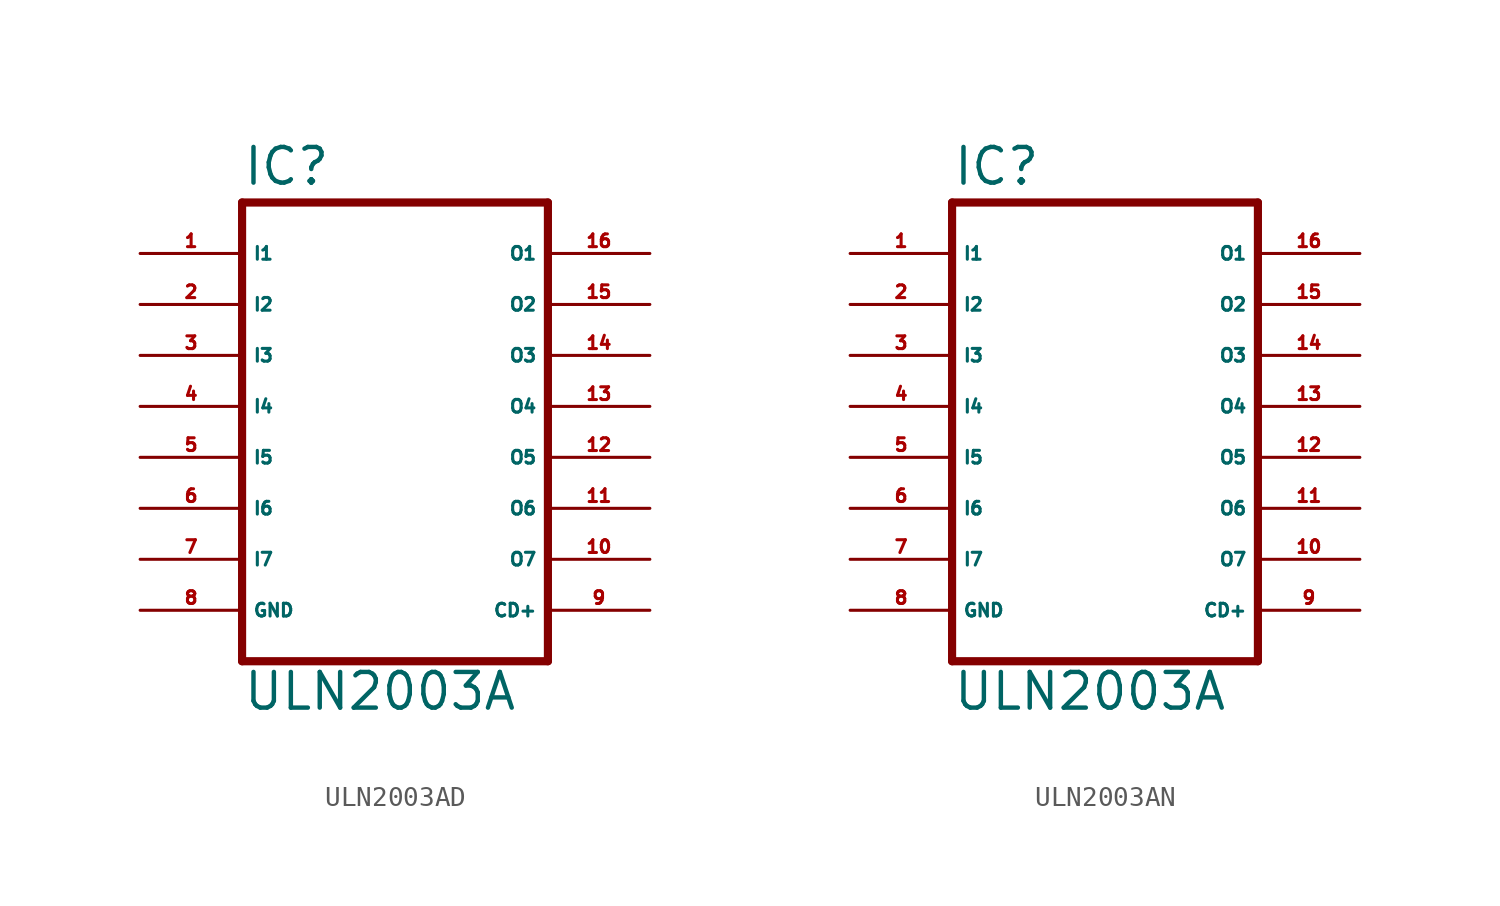
<source format=kicad_sym>
(kicad_symbol_lib
  (version 20220914)
  (generator Eagle2Kicad)
  (symbol "ULN2003AD"
    (property "Reference" "IC"
      (at -7.62 10.922 0)
      (effects (font (size 1.778 1.778) (thickness 0.22)) (justify left bottom)))
    (property "Value" "ULN2003A"
      (at -7.62 -15.24 0)
      (effects (font (size 1.778 1.778) (thickness 0.22)) (justify left bottom)))
    (polyline
      (pts (xy -7.62 10.16) (xy 7.62 10.16))
      (stroke (width 0.406) (type default))
      (fill (type none)))
    (polyline
      (pts (xy 7.62 -12.7) (xy 7.62 10.16))
      (stroke (width 0.406) (type default))
      (fill (type none)))
    (polyline
      (pts (xy 7.62 -12.7) (xy -7.62 -12.7))
      (stroke (width 0.406) (type default))
      (fill (type none)))
    (polyline
      (pts (xy -7.62 10.16) (xy -7.62 -12.7))
      (stroke (width 0.406) (type default))
      (fill (type none)))
    (pin input line
      (at -12.7 7.62 0)
      (length 5.08)
      (name "I1" (effects (font (size 0.635 0.635) (thickness 0.08)) (justify left bottom)))
      (number "1" (effects (font (size 0.635 0.635) (thickness 0.08)) (justify left bottom))))
    (pin input line
      (at -12.7 5.08 0)
      (length 5.08)
      (name "I2" (effects (font (size 0.635 0.635) (thickness 0.08)) (justify left bottom)))
      (number "2" (effects (font (size 0.635 0.635) (thickness 0.08)) (justify left bottom))))
    (pin input line
      (at -12.7 2.54 0)
      (length 5.08)
      (name "I3" (effects (font (size 0.635 0.635) (thickness 0.08)) (justify left bottom)))
      (number "3" (effects (font (size 0.635 0.635) (thickness 0.08)) (justify left bottom))))
    (pin input line
      (at -12.7 0 0)
      (length 5.08)
      (name "I4" (effects (font (size 0.635 0.635) (thickness 0.08)) (justify left bottom)))
      (number "4" (effects (font (size 0.635 0.635) (thickness 0.08)) (justify left bottom))))
    (pin input line
      (at -12.7 -2.54 0)
      (length 5.08)
      (name "I5" (effects (font (size 0.635 0.635) (thickness 0.08)) (justify left bottom)))
      (number "5" (effects (font (size 0.635 0.635) (thickness 0.08)) (justify left bottom))))
    (pin input line
      (at -12.7 -5.08 0)
      (length 5.08)
      (name "I6" (effects (font (size 0.635 0.635) (thickness 0.08)) (justify left bottom)))
      (number "6" (effects (font (size 0.635 0.635) (thickness 0.08)) (justify left bottom))))
    (pin input line
      (at -12.7 -7.62 0)
      (length 5.08)
      (name "I7" (effects (font (size 0.635 0.635) (thickness 0.08)) (justify left bottom)))
      (number "7" (effects (font (size 0.635 0.635) (thickness 0.08)) (justify left bottom))))
    (pin open_collector line
      (at 12.7 7.62 180)
      (length 5.08)
      (name "O1" (effects (font (size 0.635 0.635) (thickness 0.08)) (justify left bottom)))
      (number "16" (effects (font (size 0.635 0.635) (thickness 0.08)) (justify left bottom))))
    (pin open_collector line
      (at 12.7 5.08 180)
      (length 5.08)
      (name "O2" (effects (font (size 0.635 0.635) (thickness 0.08)) (justify left bottom)))
      (number "15" (effects (font (size 0.635 0.635) (thickness 0.08)) (justify left bottom))))
    (pin open_collector line
      (at 12.7 2.54 180)
      (length 5.08)
      (name "O3" (effects (font (size 0.635 0.635) (thickness 0.08)) (justify left bottom)))
      (number "14" (effects (font (size 0.635 0.635) (thickness 0.08)) (justify left bottom))))
    (pin open_collector line
      (at 12.7 0 180)
      (length 5.08)
      (name "O4" (effects (font (size 0.635 0.635) (thickness 0.08)) (justify left bottom)))
      (number "13" (effects (font (size 0.635 0.635) (thickness 0.08)) (justify left bottom))))
    (pin open_collector line
      (at 12.7 -2.54 180)
      (length 5.08)
      (name "O5" (effects (font (size 0.635 0.635) (thickness 0.08)) (justify left bottom)))
      (number "12" (effects (font (size 0.635 0.635) (thickness 0.08)) (justify left bottom))))
    (pin open_collector line
      (at 12.7 -5.08 180)
      (length 5.08)
      (name "O6" (effects (font (size 0.635 0.635) (thickness 0.08)) (justify left bottom)))
      (number "11" (effects (font (size 0.635 0.635) (thickness 0.08)) (justify left bottom))))
    (pin open_collector line
      (at 12.7 -7.62 180)
      (length 5.08)
      (name "O7" (effects (font (size 0.635 0.635) (thickness 0.08)) (justify left bottom)))
      (number "10" (effects (font (size 0.635 0.635) (thickness 0.08)) (justify left bottom))))
    (pin passive line
      (at 12.7 -10.16 180)
      (length 5.08)
      (name "CD+" (effects (font (size 0.635 0.635) (thickness 0.08)) (justify left bottom)))
      (number "9" (effects (font (size 0.635 0.635) (thickness 0.08)) (justify left bottom))))
    (pin unspecified line
      (at -12.7 -10.16 0)
      (length 5.08)
      (name "GND" (effects (font (size 0.635 0.635) (thickness 0.08)) (justify left bottom)))
      (number "8" (effects (font (size 0.635 0.635) (thickness 0.08)) (justify left bottom)))))
  (symbol "ULN2003AN"
    (property "Reference" "IC"
      (at -7.62 10.922 0)
      (effects (font (size 1.778 1.778) (thickness 0.22)) (justify left bottom)))
    (property "Value" "ULN2003A"
      (at -7.62 -15.24 0)
      (effects (font (size 1.778 1.778) (thickness 0.22)) (justify left bottom)))
    (polyline
      (pts (xy -7.62 10.16) (xy 7.62 10.16))
      (stroke (width 0.406) (type default))
      (fill (type none)))
    (polyline
      (pts (xy 7.62 -12.7) (xy 7.62 10.16))
      (stroke (width 0.406) (type default))
      (fill (type none)))
    (polyline
      (pts (xy 7.62 -12.7) (xy -7.62 -12.7))
      (stroke (width 0.406) (type default))
      (fill (type none)))
    (polyline
      (pts (xy -7.62 10.16) (xy -7.62 -12.7))
      (stroke (width 0.406) (type default))
      (fill (type none)))
    (pin input line
      (at -12.7 7.62 0)
      (length 5.08)
      (name "I1" (effects (font (size 0.635 0.635) (thickness 0.08)) (justify left bottom)))
      (number "1" (effects (font (size 0.635 0.635) (thickness 0.08)) (justify left bottom))))
    (pin input line
      (at -12.7 5.08 0)
      (length 5.08)
      (name "I2" (effects (font (size 0.635 0.635) (thickness 0.08)) (justify left bottom)))
      (number "2" (effects (font (size 0.635 0.635) (thickness 0.08)) (justify left bottom))))
    (pin input line
      (at -12.7 2.54 0)
      (length 5.08)
      (name "I3" (effects (font (size 0.635 0.635) (thickness 0.08)) (justify left bottom)))
      (number "3" (effects (font (size 0.635 0.635) (thickness 0.08)) (justify left bottom))))
    (pin input line
      (at -12.7 0 0)
      (length 5.08)
      (name "I4" (effects (font (size 0.635 0.635) (thickness 0.08)) (justify left bottom)))
      (number "4" (effects (font (size 0.635 0.635) (thickness 0.08)) (justify left bottom))))
    (pin input line
      (at -12.7 -2.54 0)
      (length 5.08)
      (name "I5" (effects (font (size 0.635 0.635) (thickness 0.08)) (justify left bottom)))
      (number "5" (effects (font (size 0.635 0.635) (thickness 0.08)) (justify left bottom))))
    (pin input line
      (at -12.7 -5.08 0)
      (length 5.08)
      (name "I6" (effects (font (size 0.635 0.635) (thickness 0.08)) (justify left bottom)))
      (number "6" (effects (font (size 0.635 0.635) (thickness 0.08)) (justify left bottom))))
    (pin input line
      (at -12.7 -7.62 0)
      (length 5.08)
      (name "I7" (effects (font (size 0.635 0.635) (thickness 0.08)) (justify left bottom)))
      (number "7" (effects (font (size 0.635 0.635) (thickness 0.08)) (justify left bottom))))
    (pin open_collector line
      (at 12.7 7.62 180)
      (length 5.08)
      (name "O1" (effects (font (size 0.635 0.635) (thickness 0.08)) (justify left bottom)))
      (number "16" (effects (font (size 0.635 0.635) (thickness 0.08)) (justify left bottom))))
    (pin open_collector line
      (at 12.7 5.08 180)
      (length 5.08)
      (name "O2" (effects (font (size 0.635 0.635) (thickness 0.08)) (justify left bottom)))
      (number "15" (effects (font (size 0.635 0.635) (thickness 0.08)) (justify left bottom))))
    (pin open_collector line
      (at 12.7 2.54 180)
      (length 5.08)
      (name "O3" (effects (font (size 0.635 0.635) (thickness 0.08)) (justify left bottom)))
      (number "14" (effects (font (size 0.635 0.635) (thickness 0.08)) (justify left bottom))))
    (pin open_collector line
      (at 12.7 0 180)
      (length 5.08)
      (name "O4" (effects (font (size 0.635 0.635) (thickness 0.08)) (justify left bottom)))
      (number "13" (effects (font (size 0.635 0.635) (thickness 0.08)) (justify left bottom))))
    (pin open_collector line
      (at 12.7 -2.54 180)
      (length 5.08)
      (name "O5" (effects (font (size 0.635 0.635) (thickness 0.08)) (justify left bottom)))
      (number "12" (effects (font (size 0.635 0.635) (thickness 0.08)) (justify left bottom))))
    (pin open_collector line
      (at 12.7 -5.08 180)
      (length 5.08)
      (name "O6" (effects (font (size 0.635 0.635) (thickness 0.08)) (justify left bottom)))
      (number "11" (effects (font (size 0.635 0.635) (thickness 0.08)) (justify left bottom))))
    (pin open_collector line
      (at 12.7 -7.62 180)
      (length 5.08)
      (name "O7" (effects (font (size 0.635 0.635) (thickness 0.08)) (justify left bottom)))
      (number "10" (effects (font (size 0.635 0.635) (thickness 0.08)) (justify left bottom))))
    (pin passive line
      (at 12.7 -10.16 180)
      (length 5.08)
      (name "CD+" (effects (font (size 0.635 0.635) (thickness 0.08)) (justify left bottom)))
      (number "9" (effects (font (size 0.635 0.635) (thickness 0.08)) (justify left bottom))))
    (pin unspecified line
      (at -12.7 -10.16 0)
      (length 5.08)
      (name "GND" (effects (font (size 0.635 0.635) (thickness 0.08)) (justify left bottom)))
      (number "8" (effects (font (size 0.635 0.635) (thickness 0.08)) (justify left bottom))))))
</source>
